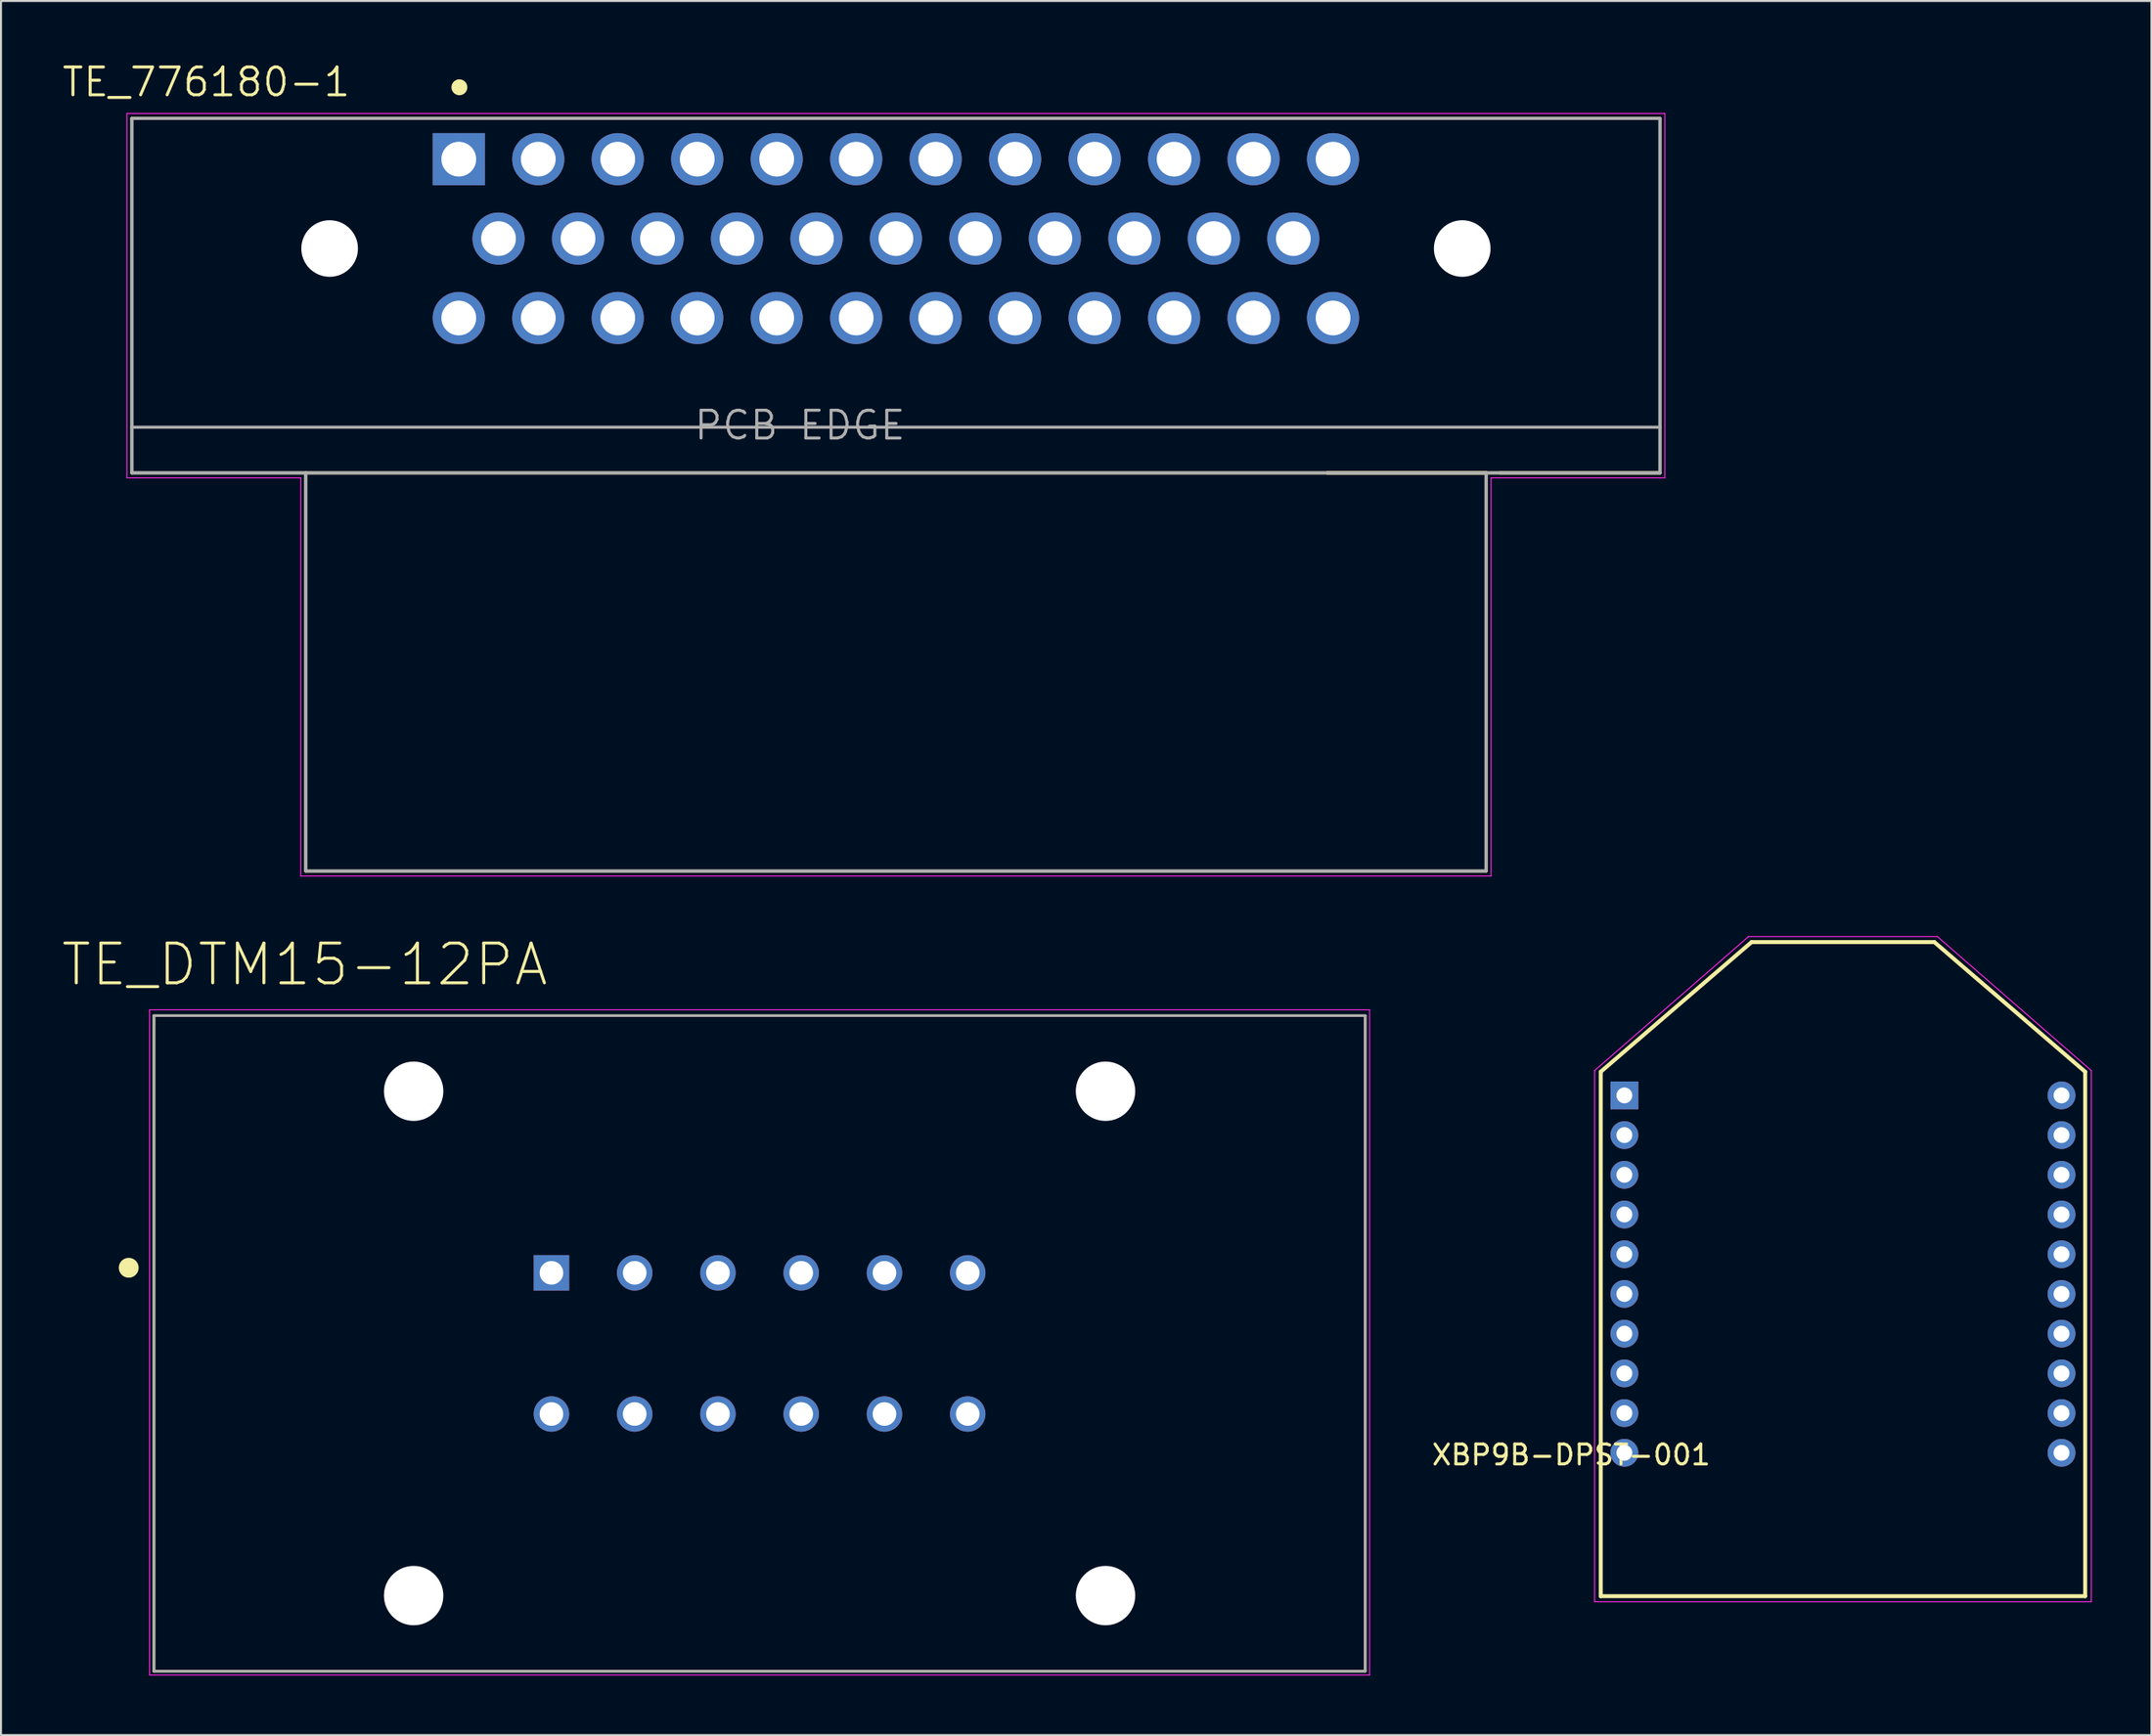
<source format=kicad_pcb>
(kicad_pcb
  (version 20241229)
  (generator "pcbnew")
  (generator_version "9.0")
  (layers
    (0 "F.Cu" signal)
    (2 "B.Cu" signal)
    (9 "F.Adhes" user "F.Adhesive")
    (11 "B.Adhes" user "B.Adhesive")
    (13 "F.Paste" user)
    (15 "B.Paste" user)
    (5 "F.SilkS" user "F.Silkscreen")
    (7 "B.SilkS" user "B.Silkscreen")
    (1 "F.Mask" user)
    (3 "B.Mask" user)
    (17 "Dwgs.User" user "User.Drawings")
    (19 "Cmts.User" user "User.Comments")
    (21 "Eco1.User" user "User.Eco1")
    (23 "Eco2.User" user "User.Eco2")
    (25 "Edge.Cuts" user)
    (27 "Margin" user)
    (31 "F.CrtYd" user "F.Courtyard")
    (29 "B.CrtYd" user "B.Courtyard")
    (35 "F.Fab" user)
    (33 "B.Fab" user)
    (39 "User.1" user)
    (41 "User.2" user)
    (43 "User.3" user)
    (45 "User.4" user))
  (footprint "XBP9B-DPST-001"
    (layer "F.Cu")
    (at 89.702 60.866)
    (property "Reference" "XBP9B-DPST-001" (at -13.677 9.354 180) (layer "F.SilkS") (effects (font (size 1.003 1.003) (thickness 0.15))))
    (attr through_hole)
    (fp_line (start -12.19 -9.94) (end -4.6 -16.47) (stroke (width 0.2) (type solid)) (layer "F.SilkS"))
    (fp_line (start -12.19 16.47) (end -12.19 -9.94) (stroke (width 0.2) (type solid)) (layer "F.SilkS"))
    (fp_line (start -4.6 -16.47) (end 4.6 -16.47) (stroke (width 0.2) (type solid)) (layer "F.SilkS"))
    (fp_line (start 12.19 -9.94) (end 4.6 -16.47) (stroke (width 0.2) (type solid)) (layer "F.SilkS"))
    (fp_line (start 12.19 -9.94) (end 12.19 16.47) (stroke (width 0.2) (type solid)) (layer "F.SilkS"))
    (fp_line (start 12.19 16.47) (end -12.19 16.47) (stroke (width 0.2) (type solid)) (layer "F.SilkS"))
    (fp_line (start -12.5 -10) (end -4.75 -16.75) (stroke (width 0.05) (type solid)) (layer "F.CrtYd"))
    (fp_line (start -12.5 16.75) (end -12.5 -10) (stroke (width 0.05) (type solid)) (layer "F.CrtYd"))
    (fp_line (start -4.75 -16.75) (end 4.75 -16.75) (stroke (width 0.05) (type solid)) (layer "F.CrtYd"))
    (fp_line (start 4.75 -16.75) (end 12.5 -10) (stroke (width 0.05) (type solid)) (layer "F.CrtYd"))
    (fp_line (start 12.5 -10) (end 12.5 16.75) (stroke (width 0.05) (type solid)) (layer "F.CrtYd"))
    (fp_line (start 12.5 16.75) (end -12.5 16.75) (stroke (width 0.05) (type solid)) (layer "F.CrtYd"))
    (pad "1" thru_hole rect (at -11 -8.75) (size 1.4 1.4) (drill 0.8) (layers "*.Cu" "*.Mask"))
    (pad "2" thru_hole circle (at -11 -6.75) (size 1.4 1.4) (drill 0.8) (layers "*.Cu" "*.Mask"))
    (pad "3" thru_hole circle (at -11 -4.75) (size 1.4 1.4) (drill 0.8) (layers "*.Cu" "*.Mask"))
    (pad "4" thru_hole circle (at -11 -2.75) (size 1.4 1.4) (drill 0.8) (layers "*.Cu" "*.Mask"))
    (pad "5" thru_hole circle (at -11 -0.75) (size 1.4 1.4) (drill 0.8) (layers "*.Cu" "*.Mask"))
    (pad "6" thru_hole circle (at -11 1.25) (size 1.4 1.4) (drill 0.8) (layers "*.Cu" "*.Mask"))
    (pad "7" thru_hole circle (at -11 3.25) (size 1.4 1.4) (drill 0.8) (layers "*.Cu" "*.Mask"))
    (pad "8" thru_hole circle (at -11 5.25) (size 1.4 1.4) (drill 0.8) (layers "*.Cu" "*.Mask"))
    (pad "9" thru_hole circle (at -11 7.25) (size 1.4 1.4) (drill 0.8) (layers "*.Cu" "*.Mask"))
    (pad "10" thru_hole circle (at -11 9.25) (size 1.4 1.4) (drill 0.8) (layers "*.Cu" "*.Mask"))
    (pad "11" thru_hole circle (at 11 9.25) (size 1.4 1.4) (drill 0.8) (layers "*.Cu" "*.Mask"))
    (pad "12" thru_hole circle (at 11 7.25) (size 1.4 1.4) (drill 0.8) (layers "*.Cu" "*.Mask"))
    (pad "13" thru_hole circle (at 11 5.25) (size 1.4 1.4) (drill 0.8) (layers "*.Cu" "*.Mask"))
    (pad "14" thru_hole circle (at 11 3.25) (size 1.4 1.4) (drill 0.8) (layers "*.Cu" "*.Mask"))
    (pad "15" thru_hole circle (at 11 1.25) (size 1.4 1.4) (drill 0.8) (layers "*.Cu" "*.Mask"))
    (pad "16" thru_hole circle (at 11 -0.75) (size 1.4 1.4) (drill 0.8) (layers "*.Cu" "*.Mask"))
    (pad "17" thru_hole circle (at 11 -2.75) (size 1.4 1.4) (drill 0.8) (layers "*.Cu" "*.Mask"))
    (pad "18" thru_hole circle (at 11 -4.75) (size 1.4 1.4) (drill 0.8) (layers "*.Cu" "*.Mask"))
    (pad "19" thru_hole circle (at 11 -6.75) (size 1.4 1.4) (drill 0.8) (layers "*.Cu" "*.Mask"))
    (pad "20" thru_hole circle (at 11 -8.75) (size 1.4 1.4) (drill 0.8) (layers "*.Cu" "*.Mask")))
  (footprint "TE_DTM15-12PA"
    (layer "F.Cu")
    (at 35.178 64.607)
    (property "Reference" "TE_DTM15-12PA" (at -22.896 -19.08 0) (layer "F.SilkS") (effects (font (size 2.003 2.003) (thickness 0.15))))
    (attr through_hole)
    (fp_line (start -30.48 -16.51) (end 30.48 -16.51) (stroke (width 0.127) (type solid)) (layer "F.SilkS"))
    (fp_line (start -30.48 16.51) (end -30.48 -16.51) (stroke (width 0.127) (type solid)) (layer "F.SilkS"))
    (fp_line (start 30.48 -16.51) (end 30.48 16.51) (stroke (width 0.127) (type solid)) (layer "F.SilkS"))
    (fp_line (start 30.48 16.51) (end -30.48 16.51) (stroke (width 0.127) (type solid)) (layer "F.SilkS"))
    (fp_circle (center -31.75 -3.81) (end -31.5 -3.81) (stroke (width 0.5) (type solid)) (fill no) (layer "F.SilkS"))
    (fp_line (start -30.7 -16.8) (end 30.7 -16.8) (stroke (width 0.05) (type solid)) (layer "F.CrtYd"))
    (fp_line (start -30.7 16.7) (end -30.7 -16.8) (stroke (width 0.05) (type solid)) (layer "F.CrtYd"))
    (fp_line (start 30.7 -16.8) (end 30.7 16.7) (stroke (width 0.05) (type solid)) (layer "F.CrtYd"))
    (fp_line (start 30.7 16.7) (end -30.7 16.7) (stroke (width 0.05) (type solid)) (layer "F.CrtYd"))
    (fp_line (start -30.48 -16.51) (end 30.48 -16.51) (stroke (width 0.127) (type solid)) (layer "F.Fab"))
    (fp_line (start -30.48 16.51) (end -30.48 -16.51) (stroke (width 0.127) (type solid)) (layer "F.Fab"))
    (fp_line (start 30.48 -16.51) (end 30.48 16.51) (stroke (width 0.127) (type solid)) (layer "F.Fab"))
    (fp_line (start 30.48 16.51) (end -30.48 16.51) (stroke (width 0.127) (type solid)) (layer "F.Fab"))
    (pad "" np_thru_hole circle (at -17.41 -12.7) (size 2.99 2.99) (drill 2.99) (layers "*.Cu" "*.Mask"))
    (pad "" np_thru_hole circle (at -17.41 12.7) (size 2.99 2.99) (drill 2.99) (layers "*.Cu" "*.Mask"))
    (pad "" np_thru_hole circle (at 17.41 -12.7) (size 2.99 2.99) (drill 2.99) (layers "*.Cu" "*.Mask"))
    (pad "" np_thru_hole circle (at 17.41 12.7) (size 2.99 2.99) (drill 2.99) (layers "*.Cu" "*.Mask"))
    (pad "1" thru_hole rect (at -10.475 -3.555) (size 1.785 1.785) (drill 1.19) (layers "*.Cu" "*.Mask"))
    (pad "2" thru_hole circle (at -6.285 -3.555) (size 1.785 1.785) (drill 1.19) (layers "*.Cu" "*.Mask"))
    (pad "3" thru_hole circle (at -2.095 -3.555) (size 1.785 1.785) (drill 1.19) (layers "*.Cu" "*.Mask"))
    (pad "4" thru_hole circle (at 2.095 -3.555) (size 1.785 1.785) (drill 1.19) (layers "*.Cu" "*.Mask"))
    (pad "5" thru_hole circle (at 6.285 -3.555) (size 1.785 1.785) (drill 1.19) (layers "*.Cu" "*.Mask"))
    (pad "6" thru_hole circle (at 10.475 -3.555) (size 1.785 1.785) (drill 1.19) (layers "*.Cu" "*.Mask"))
    (pad "7" thru_hole circle (at 10.475 3.555) (size 1.785 1.785) (drill 1.19) (layers "*.Cu" "*.Mask"))
    (pad "8" thru_hole circle (at 6.285 3.555) (size 1.785 1.785) (drill 1.19) (layers "*.Cu" "*.Mask"))
    (pad "9" thru_hole circle (at 2.095 3.555) (size 1.785 1.785) (drill 1.19) (layers "*.Cu" "*.Mask"))
    (pad "10" thru_hole circle (at -2.095 3.555) (size 1.785 1.785) (drill 1.19) (layers "*.Cu" "*.Mask"))
    (pad "11" thru_hole circle (at -6.285 3.555) (size 1.785 1.785) (drill 1.19) (layers "*.Cu" "*.Mask"))
    (pad "12" thru_hole circle (at -10.475 3.555) (size 1.785 1.785) (drill 1.19) (layers "*.Cu" "*.Mask")))
  (footprint "TE_776180-1"
    (layer "F.Cu")
    (at 42.04 8.966)
    (property "Reference" "TE_776180-1" (at -34.71 -7.883 0) (layer "F.SilkS") (effects (font (size 1.402 1.402) (thickness 0.15))))
    (attr through_hole)
    (fp_line (start -38.45 -6.05) (end -38.45 11.8) (stroke (width 0.152) (type solid)) (layer "F.SilkS"))
    (fp_line (start -38.45 11.8) (end 38.45 11.8) (stroke (width 0.152) (type solid)) (layer "F.SilkS"))
    (fp_line (start -29.7 11.8) (end -29.7 31.85) (stroke (width 0.152) (type solid)) (layer "F.SilkS"))
    (fp_line (start -29.7 31.85) (end 29.7 31.85) (stroke (width 0.152) (type solid)) (layer "F.SilkS"))
    (fp_line (start 29.7 11.799) (end 21.704 11.799) (stroke (width 0.152) (type solid)) (layer "F.SilkS"))
    (fp_line (start 29.7 11.8) (end 21.698 11.8) (stroke (width 0.152) (type solid)) (layer "F.SilkS"))
    (fp_line (start 29.7 11.8) (end 29.7 11.799) (stroke (width 0.152) (type solid)) (layer "F.SilkS"))
    (fp_line (start 29.7 31.85) (end 29.7 11.8) (stroke (width 0.152) (type solid)) (layer "F.SilkS"))
    (fp_line (start 38.45 -6.05) (end -38.45 -6.05) (stroke (width 0.152) (type solid)) (layer "F.SilkS"))
    (fp_line (start 38.45 -6.05) (end 38.45 11.8) (stroke (width 0.152) (type solid)) (layer "F.SilkS"))
    (fp_line (start 38.45 11.8) (end 30.398 11.799) (stroke (width 0.152) (type solid)) (layer "F.SilkS"))
    (fp_circle (center -21.97 -7.62) (end -21.77 -7.62) (stroke (width 0.4) (type solid)) (fill no) (layer "F.SilkS"))
    (fp_line (start -38.7 -6.3) (end -38.7 12.05) (stroke (width 0.05) (type solid)) (layer "F.CrtYd"))
    (fp_line (start -38.7 12.05) (end -29.95 12.05) (stroke (width 0.05) (type solid)) (layer "F.CrtYd"))
    (fp_line (start -29.95 12.05) (end -29.95 32.1) (stroke (width 0.05) (type solid)) (layer "F.CrtYd"))
    (fp_line (start -29.95 32.1) (end 29.95 32.1) (stroke (width 0.05) (type solid)) (layer "F.CrtYd"))
    (fp_line (start 29.95 12.05) (end 38.7 12.05) (stroke (width 0.05) (type solid)) (layer "F.CrtYd"))
    (fp_line (start 29.95 32.1) (end 29.95 12.05) (stroke (width 0.05) (type solid)) (layer "F.CrtYd"))
    (fp_line (start 38.7 -6.3) (end -38.7 -6.3) (stroke (width 0.05) (type solid)) (layer "F.CrtYd"))
    (fp_line (start 38.7 12.05) (end 38.7 -6.3) (stroke (width 0.05) (type solid)) (layer "F.CrtYd"))
    (fp_line (start -38.45 -6.05) (end -38.45 9.5) (stroke (width 0.152) (type solid)) (layer "F.Fab"))
    (fp_line (start -38.45 9.5) (end -38.45 11.8) (stroke (width 0.152) (type solid)) (layer "F.Fab"))
    (fp_line (start -38.45 9.5) (end 38.45 9.5) (stroke (width 0.152) (type solid)) (layer "F.Fab"))
    (fp_line (start -38.45 11.8) (end -29.7 11.8) (stroke (width 0.152) (type solid)) (layer "F.Fab"))
    (fp_line (start -29.7 11.8) (end -29.7 31.85) (stroke (width 0.152) (type solid)) (layer "F.Fab"))
    (fp_line (start -29.7 11.8) (end 29.7 11.8) (stroke (width 0.152) (type solid)) (layer "F.Fab"))
    (fp_line (start -29.7 31.85) (end 29.7 31.85) (stroke (width 0.152) (type solid)) (layer "F.Fab"))
    (fp_line (start 29.7 11.8) (end 38.45 11.8) (stroke (width 0.152) (type solid)) (layer "F.Fab"))
    (fp_line (start 29.7 31.85) (end 29.7 11.8) (stroke (width 0.152) (type solid)) (layer "F.Fab"))
    (fp_line (start 38.45 -6.05) (end -38.45 -6.05) (stroke (width 0.152) (type solid)) (layer "F.Fab"))
    (fp_line (start 38.45 9.5) (end 38.45 -6.05) (stroke (width 0.152) (type solid)) (layer "F.Fab"))
    (fp_line (start 38.45 11.8) (end 38.45 9.5) (stroke (width 0.152) (type solid)) (layer "F.Fab"))
    (fp_text user "PCB EDGE" (at -4.833 9.403 0) (layer "F.Fab") (effects (font (size 1.402 1.402) (thickness 0.15))))
    (pad "" np_thru_hole circle (at -28.5 0.5) (size 2.85 2.85) (drill 2.85) (layers "*.Cu" "*.Mask"))
    (pad "" np_thru_hole circle (at 28.5 0.5) (size 2.85 2.85) (drill 2.85) (layers "*.Cu" "*.Mask"))
    (pad "1" thru_hole rect (at -22 -4) (size 2.625 2.625) (drill 1.75) (layers "*.Cu" "*.Mask"))
    (pad "2" thru_hole circle (at -18 -4) (size 2.625 2.625) (drill 1.75) (layers "*.Cu" "*.Mask"))
    (pad "3" thru_hole circle (at -14 -4) (size 2.625 2.625) (drill 1.75) (layers "*.Cu" "*.Mask"))
    (pad "4" thru_hole circle (at -10 -4) (size 2.625 2.625) (drill 1.75) (layers "*.Cu" "*.Mask"))
    (pad "5" thru_hole circle (at -6 -4) (size 2.625 2.625) (drill 1.75) (layers "*.Cu" "*.Mask"))
    (pad "6" thru_hole circle (at -2 -4) (size 2.625 2.625) (drill 1.75) (layers "*.Cu" "*.Mask"))
    (pad "7" thru_hole circle (at 2 -4) (size 2.625 2.625) (drill 1.75) (layers "*.Cu" "*.Mask"))
    (pad "8" thru_hole circle (at 6 -4) (size 2.625 2.625) (drill 1.75) (layers "*.Cu" "*.Mask"))
    (pad "9" thru_hole circle (at 10 -4) (size 2.625 2.625) (drill 1.75) (layers "*.Cu" "*.Mask"))
    (pad "10" thru_hole circle (at 14 -4) (size 2.625 2.625) (drill 1.75) (layers "*.Cu" "*.Mask"))
    (pad "11" thru_hole circle (at 18 -4) (size 2.625 2.625) (drill 1.75) (layers "*.Cu" "*.Mask"))
    (pad "12" thru_hole circle (at 22 -4) (size 2.625 2.625) (drill 1.75) (layers "*.Cu" "*.Mask"))
    (pad "13" thru_hole circle (at -20 0) (size 2.625 2.625) (drill 1.75) (layers "*.Cu" "*.Mask"))
    (pad "14" thru_hole circle (at -16 0) (size 2.625 2.625) (drill 1.75) (layers "*.Cu" "*.Mask"))
    (pad "15" thru_hole circle (at -12 0) (size 2.625 2.625) (drill 1.75) (layers "*.Cu" "*.Mask"))
    (pad "16" thru_hole circle (at -8 0) (size 2.625 2.625) (drill 1.75) (layers "*.Cu" "*.Mask"))
    (pad "17" thru_hole circle (at -4 0) (size 2.625 2.625) (drill 1.75) (layers "*.Cu" "*.Mask"))
    (pad "18" thru_hole circle (at 0 0) (size 2.625 2.625) (drill 1.75) (layers "*.Cu" "*.Mask"))
    (pad "19" thru_hole circle (at 4 0) (size 2.625 2.625) (drill 1.75) (layers "*.Cu" "*.Mask"))
    (pad "20" thru_hole circle (at 8 0) (size 2.625 2.625) (drill 1.75) (layers "*.Cu" "*.Mask"))
    (pad "21" thru_hole circle (at 12 0) (size 2.625 2.625) (drill 1.75) (layers "*.Cu" "*.Mask"))
    (pad "22" thru_hole circle (at 16 0) (size 2.625 2.625) (drill 1.75) (layers "*.Cu" "*.Mask"))
    (pad "23" thru_hole circle (at 20 0) (size 2.625 2.625) (drill 1.75) (layers "*.Cu" "*.Mask"))
    (pad "24" thru_hole circle (at -22 4) (size 2.625 2.625) (drill 1.75) (layers "*.Cu" "*.Mask"))
    (pad "25" thru_hole circle (at -18 4) (size 2.625 2.625) (drill 1.75) (layers "*.Cu" "*.Mask"))
    (pad "26" thru_hole circle (at -14 4) (size 2.625 2.625) (drill 1.75) (layers "*.Cu" "*.Mask"))
    (pad "27" thru_hole circle (at -10 4) (size 2.625 2.625) (drill 1.75) (layers "*.Cu" "*.Mask"))
    (pad "28" thru_hole circle (at -6 4) (size 2.625 2.625) (drill 1.75) (layers "*.Cu" "*.Mask"))
    (pad "29" thru_hole circle (at -2 4) (size 2.625 2.625) (drill 1.75) (layers "*.Cu" "*.Mask"))
    (pad "30" thru_hole circle (at 2 4) (size 2.625 2.625) (drill 1.75) (layers "*.Cu" "*.Mask"))
    (pad "31" thru_hole circle (at 6 4) (size 2.625 2.625) (drill 1.75) (layers "*.Cu" "*.Mask"))
    (pad "32" thru_hole circle (at 10 4) (size 2.625 2.625) (drill 1.75) (layers "*.Cu" "*.Mask"))
    (pad "33" thru_hole circle (at 14 4) (size 2.625 2.625) (drill 1.75) (layers "*.Cu" "*.Mask"))
    (pad "34" thru_hole circle (at 18 4) (size 2.625 2.625) (drill 1.75) (layers "*.Cu" "*.Mask"))
    (pad "35" thru_hole circle (at 22 4) (size 2.625 2.625) (drill 1.75) (layers "*.Cu" "*.Mask")))
  (gr_rect
    (start -3 -3)
    (end 105.227 84.332)
    (stroke (width 0.1) (type default))
    (fill no)
    (layer "Edge.Cuts")))
</source>
